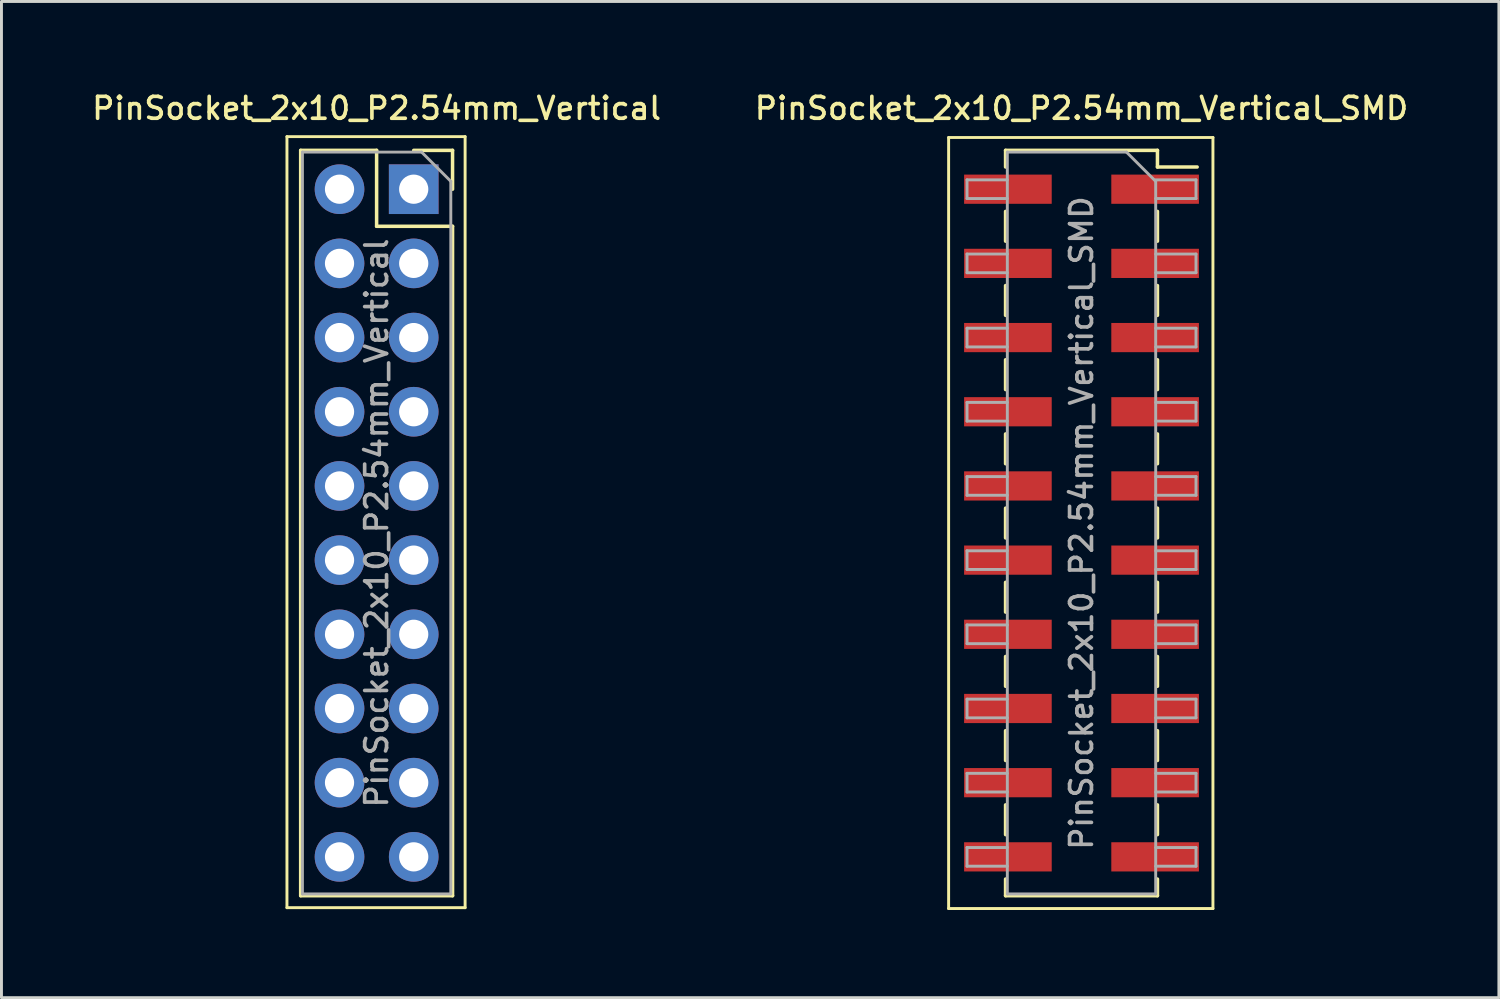
<source format=kicad_pcb>
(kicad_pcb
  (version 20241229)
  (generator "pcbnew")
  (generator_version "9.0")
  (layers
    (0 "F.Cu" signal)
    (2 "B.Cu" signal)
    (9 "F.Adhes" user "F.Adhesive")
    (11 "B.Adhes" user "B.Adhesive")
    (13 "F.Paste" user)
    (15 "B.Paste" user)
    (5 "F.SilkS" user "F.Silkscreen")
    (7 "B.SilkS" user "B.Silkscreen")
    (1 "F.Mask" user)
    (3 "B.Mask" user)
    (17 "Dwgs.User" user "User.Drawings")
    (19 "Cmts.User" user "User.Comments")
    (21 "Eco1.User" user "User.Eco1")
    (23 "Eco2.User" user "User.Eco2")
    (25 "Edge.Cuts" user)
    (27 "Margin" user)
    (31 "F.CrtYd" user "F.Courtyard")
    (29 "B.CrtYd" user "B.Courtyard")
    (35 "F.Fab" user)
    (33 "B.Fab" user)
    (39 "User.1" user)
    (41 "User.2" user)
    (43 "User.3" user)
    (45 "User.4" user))
  (footprint "PinSocket_2x10_P2.54mm_Vertical"
    (layer "F.Cu")
    (at 11.115 3.428)
    (property "Reference" "PinSocket_2x10_P2.54mm_Vertical" (at -1.27 -2.77 0) (layer "F.SilkS") (effects (font (size 0.75 0.75) (thickness 0.125))))
    (attr through_hole)
    (fp_line (start -4.34 -1.8) (end 1.76 -1.8) (stroke (width 0.1) (type solid)) (layer "F.SilkS"))
    (fp_line (start -4.34 24.6) (end -4.34 -1.8) (stroke (width 0.1) (type solid)) (layer "F.SilkS"))
    (fp_line (start -3.87 -1.33) (end -3.87 24.19) (stroke (width 0.12) (type solid)) (layer "F.SilkS"))
    (fp_line (start -3.87 -1.33) (end -1.27 -1.33) (stroke (width 0.12) (type solid)) (layer "F.SilkS"))
    (fp_line (start -3.87 24.19) (end 1.33 24.19) (stroke (width 0.12) (type solid)) (layer "F.SilkS"))
    (fp_line (start -1.27 -1.33) (end -1.27 1.27) (stroke (width 0.12) (type solid)) (layer "F.SilkS"))
    (fp_line (start -1.27 1.27) (end 1.33 1.27) (stroke (width 0.12) (type solid)) (layer "F.SilkS"))
    (fp_line (start 0 -1.33) (end 1.33 -1.33) (stroke (width 0.12) (type solid)) (layer "F.SilkS"))
    (fp_line (start 1.33 -1.33) (end 1.33 0) (stroke (width 0.12) (type solid)) (layer "F.SilkS"))
    (fp_line (start 1.33 1.27) (end 1.33 24.19) (stroke (width 0.12) (type solid)) (layer "F.SilkS"))
    (fp_line (start 1.76 -1.8) (end 1.76 24.6) (stroke (width 0.1) (type solid)) (layer "F.SilkS"))
    (fp_line (start 1.76 24.6) (end -4.34 24.6) (stroke (width 0.1) (type solid)) (layer "F.SilkS"))
    (fp_line (start -3.81 -1.27) (end 0.27 -1.27) (stroke (width 0.1) (type solid)) (layer "F.Fab"))
    (fp_line (start -3.81 24.13) (end -3.81 -1.27) (stroke (width 0.1) (type solid)) (layer "F.Fab"))
    (fp_line (start 0.27 -1.27) (end 1.27 -0.27) (stroke (width 0.1) (type solid)) (layer "F.Fab"))
    (fp_line (start 1.27 -0.27) (end 1.27 24.13) (stroke (width 0.1) (type solid)) (layer "F.Fab"))
    (fp_line (start 1.27 24.13) (end -3.81 24.13) (stroke (width 0.1) (type solid)) (layer "F.Fab"))
    (fp_text user "${REFERENCE}" (at -1.27 11.43 90) (layer "F.Fab") (effects (font (size 0.75 0.75) (thickness 0.125))))
    (pad "1" thru_hole rect (at 0 0) (size 1.7 1.7) (drill 1) (layers "*.Cu" "*.Mask"))
    (pad "2" thru_hole oval (at -2.54 0) (size 1.7 1.7) (drill 1) (layers "*.Cu" "*.Mask"))
    (pad "3" thru_hole oval (at 0 2.54) (size 1.7 1.7) (drill 1) (layers "*.Cu" "*.Mask"))
    (pad "4" thru_hole oval (at -2.54 2.54) (size 1.7 1.7) (drill 1) (layers "*.Cu" "*.Mask"))
    (pad "5" thru_hole oval (at 0 5.08) (size 1.7 1.7) (drill 1) (layers "*.Cu" "*.Mask"))
    (pad "6" thru_hole oval (at -2.54 5.08) (size 1.7 1.7) (drill 1) (layers "*.Cu" "*.Mask"))
    (pad "7" thru_hole oval (at 0 7.62) (size 1.7 1.7) (drill 1) (layers "*.Cu" "*.Mask"))
    (pad "8" thru_hole oval (at -2.54 7.62) (size 1.7 1.7) (drill 1) (layers "*.Cu" "*.Mask"))
    (pad "9" thru_hole oval (at 0 10.16) (size 1.7 1.7) (drill 1) (layers "*.Cu" "*.Mask"))
    (pad "10" thru_hole oval (at -2.54 10.16) (size 1.7 1.7) (drill 1) (layers "*.Cu" "*.Mask"))
    (pad "11" thru_hole oval (at 0 12.7) (size 1.7 1.7) (drill 1) (layers "*.Cu" "*.Mask"))
    (pad "12" thru_hole oval (at -2.54 12.7) (size 1.7 1.7) (drill 1) (layers "*.Cu" "*.Mask"))
    (pad "13" thru_hole oval (at 0 15.24) (size 1.7 1.7) (drill 1) (layers "*.Cu" "*.Mask"))
    (pad "14" thru_hole oval (at -2.54 15.24) (size 1.7 1.7) (drill 1) (layers "*.Cu" "*.Mask"))
    (pad "15" thru_hole oval (at 0 17.78) (size 1.7 1.7) (drill 1) (layers "*.Cu" "*.Mask"))
    (pad "16" thru_hole oval (at -2.54 17.78) (size 1.7 1.7) (drill 1) (layers "*.Cu" "*.Mask"))
    (pad "17" thru_hole oval (at 0 20.32) (size 1.7 1.7) (drill 1) (layers "*.Cu" "*.Mask"))
    (pad "18" thru_hole oval (at -2.54 20.32) (size 1.7 1.7) (drill 1) (layers "*.Cu" "*.Mask"))
    (pad "19" thru_hole oval (at 0 22.86) (size 1.7 1.7) (drill 1) (layers "*.Cu" "*.Mask"))
    (pad "20" thru_hole oval (at -2.54 22.86) (size 1.7 1.7) (drill 1) (layers "*.Cu" "*.Mask")))
  (footprint "PinSocket_2x10_P2.54mm_Vertical_SMD"
    (layer "F.Cu")
    (at 33.98 14.858)
    (property "Reference" "PinSocket_2x10_P2.54mm_Vertical_SMD" (at 0 -14.2 0) (layer "F.SilkS") (effects (font (size 0.75 0.75) (thickness 0.125))))
    (attr smd)
    (fp_line (start -4.55 -13.2) (end 4.5 -13.2) (stroke (width 0.1) (type solid)) (layer "F.SilkS"))
    (fp_line (start -4.55 13.2) (end -4.55 -13.2) (stroke (width 0.1) (type solid)) (layer "F.SilkS"))
    (fp_line (start -2.6 -12.76) (end -2.6 -12.19) (stroke (width 0.12) (type solid)) (layer "F.SilkS"))
    (fp_line (start -2.6 -12.76) (end 2.6 -12.76) (stroke (width 0.12) (type solid)) (layer "F.SilkS"))
    (fp_line (start -2.6 -10.67) (end -2.6 -9.65) (stroke (width 0.12) (type solid)) (layer "F.SilkS"))
    (fp_line (start -2.6 -8.13) (end -2.6 -7.11) (stroke (width 0.12) (type solid)) (layer "F.SilkS"))
    (fp_line (start -2.6 -5.59) (end -2.6 -4.57) (stroke (width 0.12) (type solid)) (layer "F.SilkS"))
    (fp_line (start -2.6 -3.05) (end -2.6 -2.03) (stroke (width 0.12) (type solid)) (layer "F.SilkS"))
    (fp_line (start -2.6 -0.51) (end -2.6 0.51) (stroke (width 0.12) (type solid)) (layer "F.SilkS"))
    (fp_line (start -2.6 2.03) (end -2.6 3.05) (stroke (width 0.12) (type solid)) (layer "F.SilkS"))
    (fp_line (start -2.6 4.57) (end -2.6 5.59) (stroke (width 0.12) (type solid)) (layer "F.SilkS"))
    (fp_line (start -2.6 7.11) (end -2.6 8.13) (stroke (width 0.12) (type solid)) (layer "F.SilkS"))
    (fp_line (start -2.6 9.65) (end -2.6 10.67) (stroke (width 0.12) (type solid)) (layer "F.SilkS"))
    (fp_line (start -2.6 12.19) (end -2.6 12.76) (stroke (width 0.12) (type solid)) (layer "F.SilkS"))
    (fp_line (start -2.6 12.76) (end 2.6 12.76) (stroke (width 0.12) (type solid)) (layer "F.SilkS"))
    (fp_line (start 2.6 -12.76) (end 2.6 -12.19) (stroke (width 0.12) (type solid)) (layer "F.SilkS"))
    (fp_line (start 2.6 -12.19) (end 3.96 -12.19) (stroke (width 0.12) (type solid)) (layer "F.SilkS"))
    (fp_line (start 2.6 -10.67) (end 2.6 -9.65) (stroke (width 0.12) (type solid)) (layer "F.SilkS"))
    (fp_line (start 2.6 -8.13) (end 2.6 -7.11) (stroke (width 0.12) (type solid)) (layer "F.SilkS"))
    (fp_line (start 2.6 -5.59) (end 2.6 -4.57) (stroke (width 0.12) (type solid)) (layer "F.SilkS"))
    (fp_line (start 2.6 -3.05) (end 2.6 -2.03) (stroke (width 0.12) (type solid)) (layer "F.SilkS"))
    (fp_line (start 2.6 -0.51) (end 2.6 0.51) (stroke (width 0.12) (type solid)) (layer "F.SilkS"))
    (fp_line (start 2.6 2.03) (end 2.6 3.05) (stroke (width 0.12) (type solid)) (layer "F.SilkS"))
    (fp_line (start 2.6 4.57) (end 2.6 5.59) (stroke (width 0.12) (type solid)) (layer "F.SilkS"))
    (fp_line (start 2.6 7.11) (end 2.6 8.13) (stroke (width 0.12) (type solid)) (layer "F.SilkS"))
    (fp_line (start 2.6 9.65) (end 2.6 10.67) (stroke (width 0.12) (type solid)) (layer "F.SilkS"))
    (fp_line (start 2.6 12.19) (end 2.6 12.76) (stroke (width 0.12) (type solid)) (layer "F.SilkS"))
    (fp_line (start 4.5 -13.2) (end 4.5 13.2) (stroke (width 0.1) (type solid)) (layer "F.SilkS"))
    (fp_line (start 4.5 13.2) (end -4.55 13.2) (stroke (width 0.1) (type solid)) (layer "F.SilkS"))
    (fp_line (start -3.92 -11.75) (end -2.54 -11.75) (stroke (width 0.1) (type solid)) (layer "F.Fab"))
    (fp_line (start -3.92 -11.11) (end -3.92 -11.75) (stroke (width 0.1) (type solid)) (layer "F.Fab"))
    (fp_line (start -3.92 -9.21) (end -2.54 -9.21) (stroke (width 0.1) (type solid)) (layer "F.Fab"))
    (fp_line (start -3.92 -8.57) (end -3.92 -9.21) (stroke (width 0.1) (type solid)) (layer "F.Fab"))
    (fp_line (start -3.92 -6.67) (end -2.54 -6.67) (stroke (width 0.1) (type solid)) (layer "F.Fab"))
    (fp_line (start -3.92 -6.03) (end -3.92 -6.67) (stroke (width 0.1) (type solid)) (layer "F.Fab"))
    (fp_line (start -3.92 -4.13) (end -2.54 -4.13) (stroke (width 0.1) (type solid)) (layer "F.Fab"))
    (fp_line (start -3.92 -3.49) (end -3.92 -4.13) (stroke (width 0.1) (type solid)) (layer "F.Fab"))
    (fp_line (start -3.92 -1.59) (end -2.54 -1.59) (stroke (width 0.1) (type solid)) (layer "F.Fab"))
    (fp_line (start -3.92 -0.95) (end -3.92 -1.59) (stroke (width 0.1) (type solid)) (layer "F.Fab"))
    (fp_line (start -3.92 0.95) (end -2.54 0.95) (stroke (width 0.1) (type solid)) (layer "F.Fab"))
    (fp_line (start -3.92 1.59) (end -3.92 0.95) (stroke (width 0.1) (type solid)) (layer "F.Fab"))
    (fp_line (start -3.92 3.49) (end -2.54 3.49) (stroke (width 0.1) (type solid)) (layer "F.Fab"))
    (fp_line (start -3.92 4.13) (end -3.92 3.49) (stroke (width 0.1) (type solid)) (layer "F.Fab"))
    (fp_line (start -3.92 6.03) (end -2.54 6.03) (stroke (width 0.1) (type solid)) (layer "F.Fab"))
    (fp_line (start -3.92 6.67) (end -3.92 6.03) (stroke (width 0.1) (type solid)) (layer "F.Fab"))
    (fp_line (start -3.92 8.57) (end -2.54 8.57) (stroke (width 0.1) (type solid)) (layer "F.Fab"))
    (fp_line (start -3.92 9.21) (end -3.92 8.57) (stroke (width 0.1) (type solid)) (layer "F.Fab"))
    (fp_line (start -3.92 11.11) (end -2.54 11.11) (stroke (width 0.1) (type solid)) (layer "F.Fab"))
    (fp_line (start -3.92 11.75) (end -3.92 11.11) (stroke (width 0.1) (type solid)) (layer "F.Fab"))
    (fp_line (start -2.54 -12.7) (end 1.54 -12.7) (stroke (width 0.1) (type solid)) (layer "F.Fab"))
    (fp_line (start -2.54 -11.11) (end -3.92 -11.11) (stroke (width 0.1) (type solid)) (layer "F.Fab"))
    (fp_line (start -2.54 -8.57) (end -3.92 -8.57) (stroke (width 0.1) (type solid)) (layer "F.Fab"))
    (fp_line (start -2.54 -6.03) (end -3.92 -6.03) (stroke (width 0.1) (type solid)) (layer "F.Fab"))
    (fp_line (start -2.54 -3.49) (end -3.92 -3.49) (stroke (width 0.1) (type solid)) (layer "F.Fab"))
    (fp_line (start -2.54 -0.95) (end -3.92 -0.95) (stroke (width 0.1) (type solid)) (layer "F.Fab"))
    (fp_line (start -2.54 1.59) (end -3.92 1.59) (stroke (width 0.1) (type solid)) (layer "F.Fab"))
    (fp_line (start -2.54 4.13) (end -3.92 4.13) (stroke (width 0.1) (type solid)) (layer "F.Fab"))
    (fp_line (start -2.54 6.67) (end -3.92 6.67) (stroke (width 0.1) (type solid)) (layer "F.Fab"))
    (fp_line (start -2.54 9.21) (end -3.92 9.21) (stroke (width 0.1) (type solid)) (layer "F.Fab"))
    (fp_line (start -2.54 11.75) (end -3.92 11.75) (stroke (width 0.1) (type solid)) (layer "F.Fab"))
    (fp_line (start -2.54 12.7) (end -2.54 -12.7) (stroke (width 0.1) (type solid)) (layer "F.Fab"))
    (fp_line (start 1.54 -12.7) (end 2.54 -11.7) (stroke (width 0.1) (type solid)) (layer "F.Fab"))
    (fp_line (start 2.54 -11.75) (end 3.92 -11.75) (stroke (width 0.1) (type solid)) (layer "F.Fab"))
    (fp_line (start 2.54 -11.7) (end 2.54 12.7) (stroke (width 0.1) (type solid)) (layer "F.Fab"))
    (fp_line (start 2.54 -9.21) (end 3.92 -9.21) (stroke (width 0.1) (type solid)) (layer "F.Fab"))
    (fp_line (start 2.54 -6.67) (end 3.92 -6.67) (stroke (width 0.1) (type solid)) (layer "F.Fab"))
    (fp_line (start 2.54 -4.13) (end 3.92 -4.13) (stroke (width 0.1) (type solid)) (layer "F.Fab"))
    (fp_line (start 2.54 -1.59) (end 3.92 -1.59) (stroke (width 0.1) (type solid)) (layer "F.Fab"))
    (fp_line (start 2.54 0.95) (end 3.92 0.95) (stroke (width 0.1) (type solid)) (layer "F.Fab"))
    (fp_line (start 2.54 3.49) (end 3.92 3.49) (stroke (width 0.1) (type solid)) (layer "F.Fab"))
    (fp_line (start 2.54 6.03) (end 3.92 6.03) (stroke (width 0.1) (type solid)) (layer "F.Fab"))
    (fp_line (start 2.54 8.57) (end 3.92 8.57) (stroke (width 0.1) (type solid)) (layer "F.Fab"))
    (fp_line (start 2.54 11.11) (end 3.92 11.11) (stroke (width 0.1) (type solid)) (layer "F.Fab"))
    (fp_line (start 2.54 12.7) (end -2.54 12.7) (stroke (width 0.1) (type solid)) (layer "F.Fab"))
    (fp_line (start 3.92 -11.75) (end 3.92 -11.11) (stroke (width 0.1) (type solid)) (layer "F.Fab"))
    (fp_line (start 3.92 -11.11) (end 2.54 -11.11) (stroke (width 0.1) (type solid)) (layer "F.Fab"))
    (fp_line (start 3.92 -9.21) (end 3.92 -8.57) (stroke (width 0.1) (type solid)) (layer "F.Fab"))
    (fp_line (start 3.92 -8.57) (end 2.54 -8.57) (stroke (width 0.1) (type solid)) (layer "F.Fab"))
    (fp_line (start 3.92 -6.67) (end 3.92 -6.03) (stroke (width 0.1) (type solid)) (layer "F.Fab"))
    (fp_line (start 3.92 -6.03) (end 2.54 -6.03) (stroke (width 0.1) (type solid)) (layer "F.Fab"))
    (fp_line (start 3.92 -4.13) (end 3.92 -3.49) (stroke (width 0.1) (type solid)) (layer "F.Fab"))
    (fp_line (start 3.92 -3.49) (end 2.54 -3.49) (stroke (width 0.1) (type solid)) (layer "F.Fab"))
    (fp_line (start 3.92 -1.59) (end 3.92 -0.95) (stroke (width 0.1) (type solid)) (layer "F.Fab"))
    (fp_line (start 3.92 -0.95) (end 2.54 -0.95) (stroke (width 0.1) (type solid)) (layer "F.Fab"))
    (fp_line (start 3.92 0.95) (end 3.92 1.59) (stroke (width 0.1) (type solid)) (layer "F.Fab"))
    (fp_line (start 3.92 1.59) (end 2.54 1.59) (stroke (width 0.1) (type solid)) (layer "F.Fab"))
    (fp_line (start 3.92 3.49) (end 3.92 4.13) (stroke (width 0.1) (type solid)) (layer "F.Fab"))
    (fp_line (start 3.92 4.13) (end 2.54 4.13) (stroke (width 0.1) (type solid)) (layer "F.Fab"))
    (fp_line (start 3.92 6.03) (end 3.92 6.67) (stroke (width 0.1) (type solid)) (layer "F.Fab"))
    (fp_line (start 3.92 6.67) (end 2.54 6.67) (stroke (width 0.1) (type solid)) (layer "F.Fab"))
    (fp_line (start 3.92 8.57) (end 3.92 9.21) (stroke (width 0.1) (type solid)) (layer "F.Fab"))
    (fp_line (start 3.92 9.21) (end 2.54 9.21) (stroke (width 0.1) (type solid)) (layer "F.Fab"))
    (fp_line (start 3.92 11.11) (end 3.92 11.75) (stroke (width 0.1) (type solid)) (layer "F.Fab"))
    (fp_line (start 3.92 11.75) (end 2.54 11.75) (stroke (width 0.1) (type solid)) (layer "F.Fab"))
    (fp_text user "${REFERENCE}" (at 0 0 90) (layer "F.Fab") (effects (font (size 0.75 0.75) (thickness 0.125))))
    (pad "1" smd rect (at 2.52 -11.43) (size 3 1) (layers "F.Cu" "F.Mask" "F.Paste"))
    (pad "2" smd rect (at -2.52 -11.43) (size 3 1) (layers "F.Cu" "F.Mask" "F.Paste"))
    (pad "3" smd rect (at 2.52 -8.89) (size 3 1) (layers "F.Cu" "F.Mask" "F.Paste"))
    (pad "4" smd rect (at -2.52 -8.89) (size 3 1) (layers "F.Cu" "F.Mask" "F.Paste"))
    (pad "5" smd rect (at 2.52 -6.35) (size 3 1) (layers "F.Cu" "F.Mask" "F.Paste"))
    (pad "6" smd rect (at -2.52 -6.35) (size 3 1) (layers "F.Cu" "F.Mask" "F.Paste"))
    (pad "7" smd rect (at 2.52 -3.81) (size 3 1) (layers "F.Cu" "F.Mask" "F.Paste"))
    (pad "8" smd rect (at -2.52 -3.81) (size 3 1) (layers "F.Cu" "F.Mask" "F.Paste"))
    (pad "9" smd rect (at 2.52 -1.27) (size 3 1) (layers "F.Cu" "F.Mask" "F.Paste"))
    (pad "10" smd rect (at -2.52 -1.27) (size 3 1) (layers "F.Cu" "F.Mask" "F.Paste"))
    (pad "11" smd rect (at 2.52 1.27) (size 3 1) (layers "F.Cu" "F.Mask" "F.Paste"))
    (pad "12" smd rect (at -2.52 1.27) (size 3 1) (layers "F.Cu" "F.Mask" "F.Paste"))
    (pad "13" smd rect (at 2.52 3.81) (size 3 1) (layers "F.Cu" "F.Mask" "F.Paste"))
    (pad "14" smd rect (at -2.52 3.81) (size 3 1) (layers "F.Cu" "F.Mask" "F.Paste"))
    (pad "15" smd rect (at 2.52 6.35) (size 3 1) (layers "F.Cu" "F.Mask" "F.Paste"))
    (pad "16" smd rect (at -2.52 6.35) (size 3 1) (layers "F.Cu" "F.Mask" "F.Paste"))
    (pad "17" smd rect (at 2.52 8.89) (size 3 1) (layers "F.Cu" "F.Mask" "F.Paste"))
    (pad "18" smd rect (at -2.52 8.89) (size 3 1) (layers "F.Cu" "F.Mask" "F.Paste"))
    (pad "19" smd rect (at 2.52 11.43) (size 3 1) (layers "F.Cu" "F.Mask" "F.Paste"))
    (pad "20" smd rect (at -2.52 11.43) (size 3 1) (layers "F.Cu" "F.Mask" "F.Paste")))
  (gr_rect
    (start -3 -3)
    (end 48.271 31.108)
    (stroke (width 0.1) (type default))
    (fill no)
    (layer "Edge.Cuts")))
</source>
